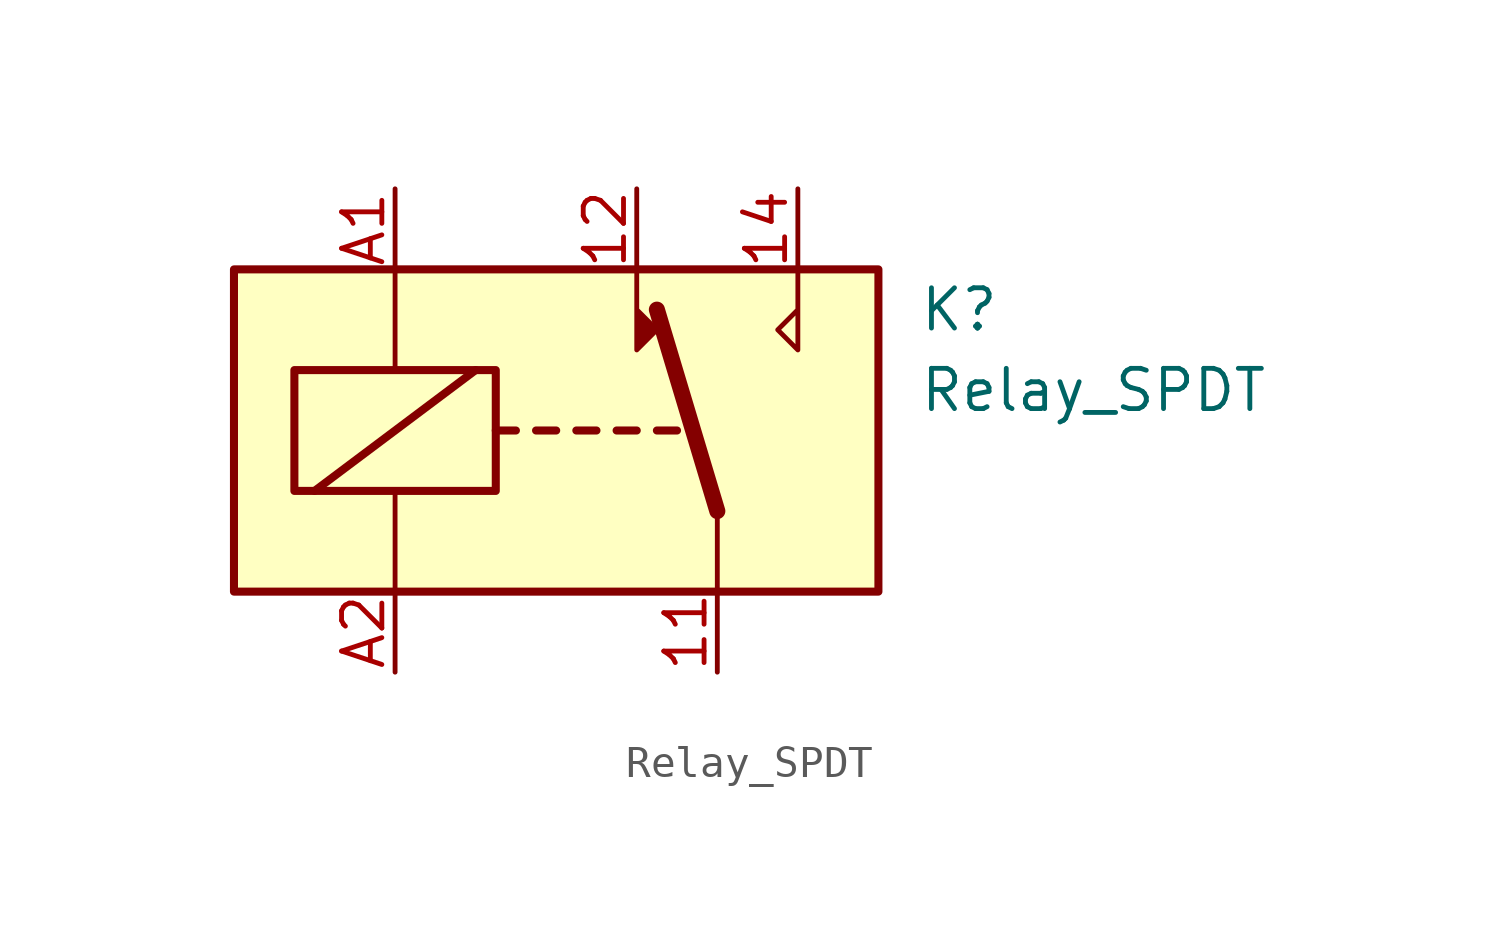
<source format=kicad_sym>
(kicad_symbol_lib
  (version 20231120)
  (generator "kicad_symbol_editor")
  (generator_version "8.0")
  (symbol "Relay_SPDT"
    (property "Reference" "K"
      (at 11.43 3.81 0)
      (effects (font (size 1.27 1.27)) (justify left)))
    (property "Value" "Relay_SPDT"
      (at 11.43 1.27 0)
      (effects (font (size 1.27 1.27)) (justify left)))
    (symbol "Relay_SPDT_0_0"
      (polyline (pts (xy 7.62 5.08) (xy 7.62 2.54) (xy 6.985 3.175) (xy 7.62 3.81)) (stroke (width 0) (type default)) (fill (type none))))
    (symbol "Relay_SPDT_0_1"
      (rectangle (start -10.16 5.08) (end 10.16 -5.08) (stroke (width 0.254) (type default)) (fill (type background)))
      (rectangle (start -8.255 1.905) (end -1.905 -1.905) (stroke (width 0.254) (type default)) (fill (type none)))
      (polyline (pts (xy -7.62 -1.905) (xy -2.54 1.905)) (stroke (width 0.254) (type default)) (fill (type none)))
      (polyline (pts (xy -5.08 -5.08) (xy -5.08 -1.905)) (stroke (width 0) (type default)) (fill (type none)))
      (polyline (pts (xy -5.08 5.08) (xy -5.08 1.905)) (stroke (width 0) (type default)) (fill (type none)))
      (polyline (pts (xy -1.905 0) (xy -1.27 0)) (stroke (width 0.254) (type default)) (fill (type none)))
      (polyline (pts (xy -0.635 0) (xy 0 0)) (stroke (width 0.254) (type default)) (fill (type none)))
      (polyline (pts (xy 0.635 0) (xy 1.27 0)) (stroke (width 0.254) (type default)) (fill (type none)))
      (polyline (pts (xy 1.905 0) (xy 2.54 0)) (stroke (width 0.254) (type default)) (fill (type none)))
      (polyline (pts (xy 3.175 0) (xy 3.81 0)) (stroke (width 0.254) (type default)) (fill (type none)))
      (polyline (pts (xy 5.08 -2.54) (xy 3.175 3.81)) (stroke (width 0.508) (type default)) (fill (type none)))
      (polyline (pts (xy 5.08 -2.54) (xy 5.08 -5.08)) (stroke (width 0) (type default)) (fill (type none)))
      (polyline (pts (xy 2.54 5.08) (xy 2.54 2.54) (xy 3.175 3.175) (xy 2.54 3.81)) (stroke (width 0) (type default)) (fill (type outline))))
    (symbol "Relay_SPDT_1_1"
      (pin passive line (at 5.08 -7.62 90) (length 2.54) (name "~" (effects (font (size 1.27 1.27)))) (number "11" (effects (font (size 1.27 1.27)))))
      (pin passive line (at 2.54 7.62 270) (length 2.54) (name "~" (effects (font (size 1.27 1.27)))) (number "12" (effects (font (size 1.27 1.27)))))
      (pin passive line (at 7.62 7.62 270) (length 2.54) (name "~" (effects (font (size 1.27 1.27)))) (number "14" (effects (font (size 1.27 1.27)))))
      (pin passive line (at -5.08 7.62 270) (length 2.54) (name "~" (effects (font (size 1.27 1.27)))) (number "A1" (effects (font (size 1.27 1.27)))))
      (pin passive line (at -5.08 -7.62 90) (length 2.54) (name "~" (effects (font (size 1.27 1.27)))) (number "A2" (effects (font (size 1.27 1.27))))))))
</source>
